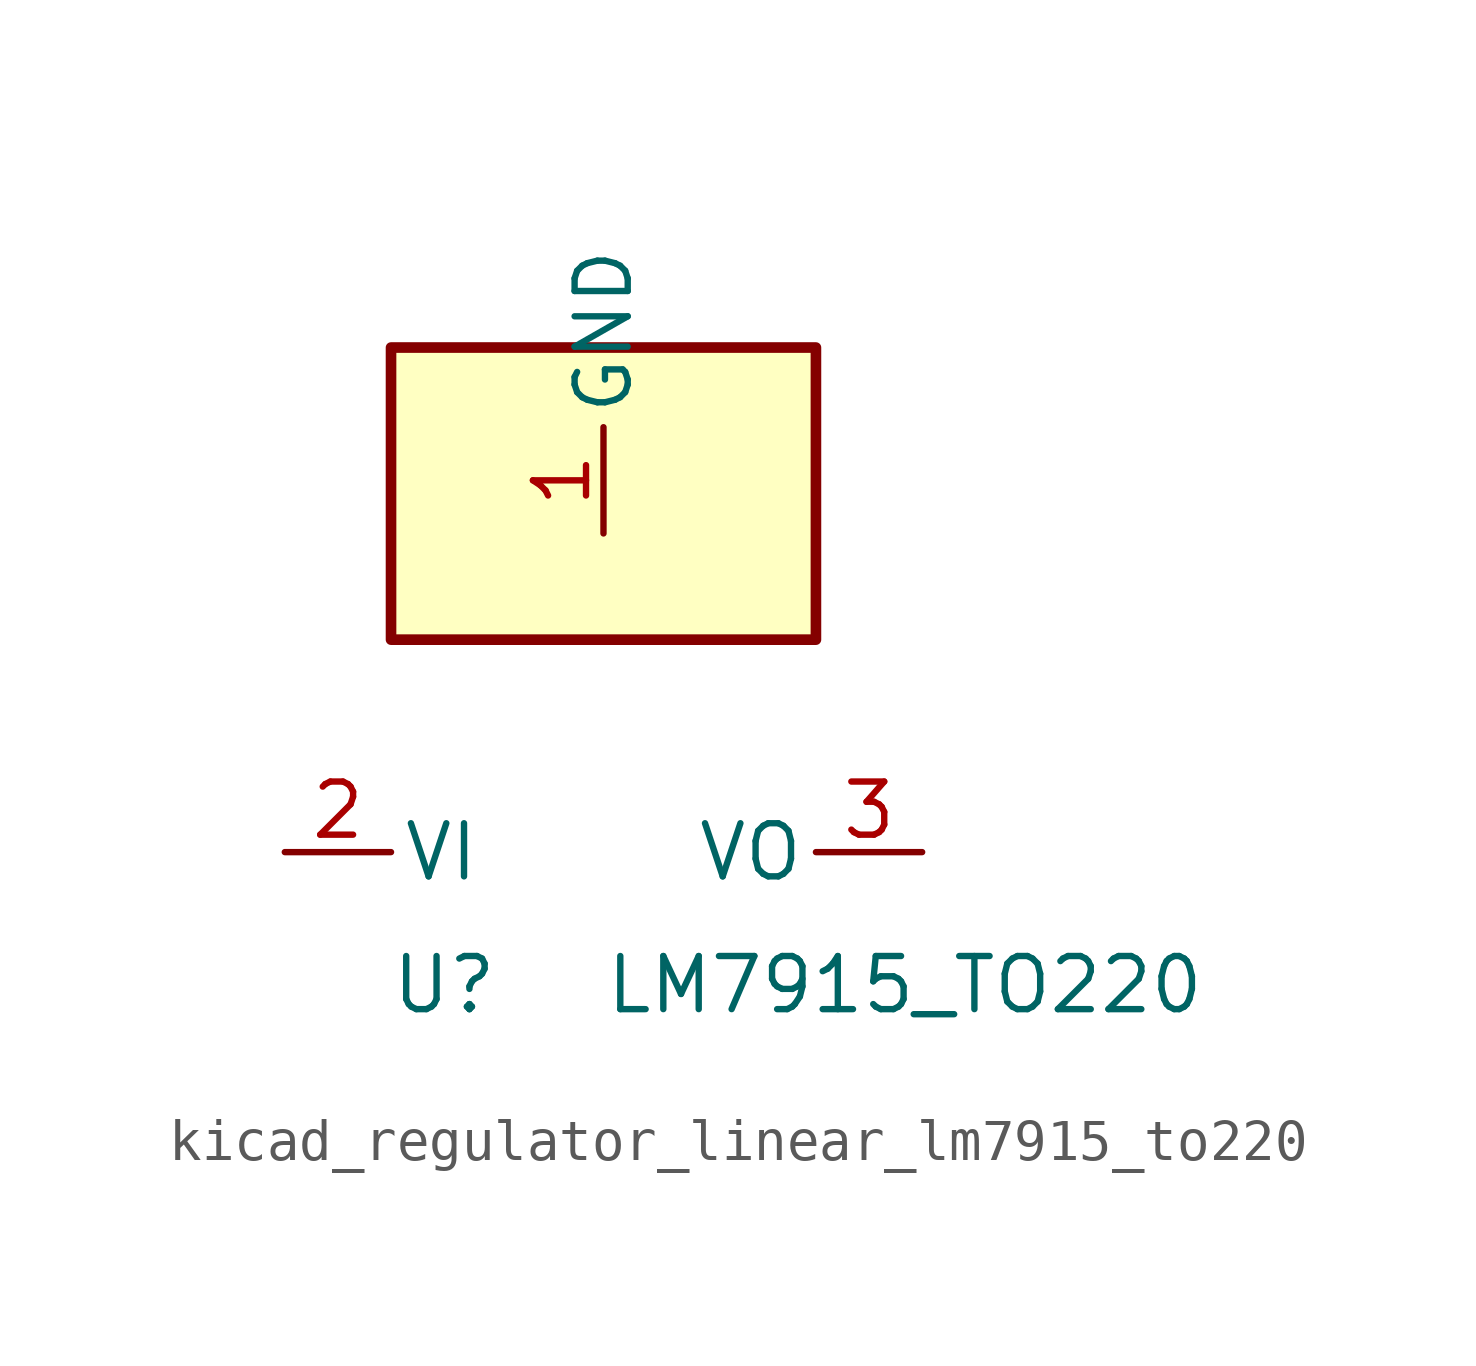
<source format=kicad_sym>
(kicad_symbol_lib
  (version 20220914)
  (generator kicad_symbol_editor)
  (symbol "kicad_regulator_linear_lm7915_to220"
    (pin_names
      (offset 0.254))
    (property "Reference" "U"
      (at -3.81 -3.175 0)
      (effects (font (size 1.27 1.27))))
    (property "Value" "LM7915_TO220"
      (at 0 -3.175 0)
      (effects (font (size 1.27 1.27)) (justify left)))
    (symbol "kicad_regulator_linear_lm7915_to220_0_1"
      (rectangle (start 5.08 12.065) (end -5.08 5.08) (stroke (width 0.254) (type default)) (fill (type background))))
    (symbol "kicad_regulator_linear_lm7915_to220_1_1"
      (pin power_in line (at 0 7.62 90) (length 2.54) (name "GND" (effects (font (size 1.27 1.27)))) (number "1" (effects (font (size 1.27 1.27)))))
      (pin power_in line (at -7.62 0 0) (length 2.54) (name "VI" (effects (font (size 1.27 1.27)))) (number "2" (effects (font (size 1.27 1.27)))))
      (pin power_out line (at 7.62 0 180) (length 2.54) (name "VO" (effects (font (size 1.27 1.27)))) (number "3" (effects (font (size 1.27 1.27))))))))
</source>
